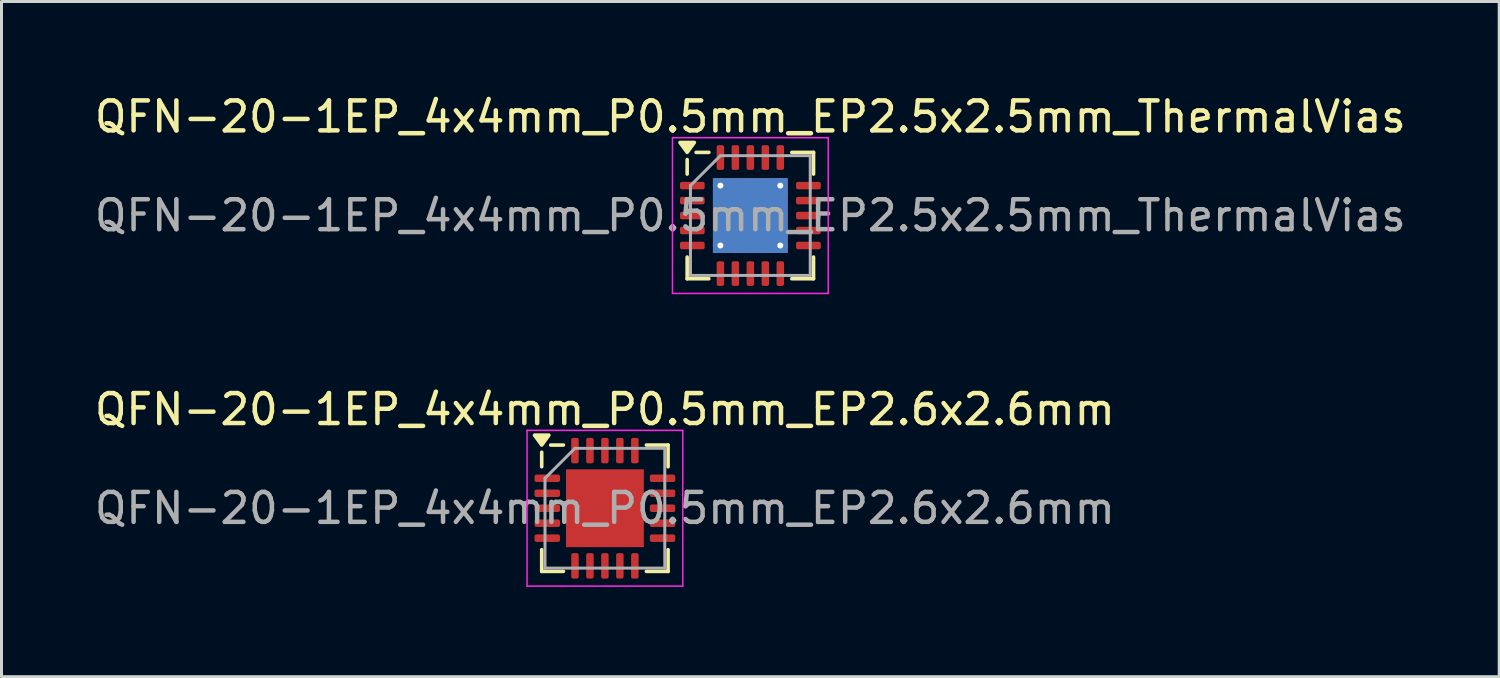
<source format=kicad_pcb>
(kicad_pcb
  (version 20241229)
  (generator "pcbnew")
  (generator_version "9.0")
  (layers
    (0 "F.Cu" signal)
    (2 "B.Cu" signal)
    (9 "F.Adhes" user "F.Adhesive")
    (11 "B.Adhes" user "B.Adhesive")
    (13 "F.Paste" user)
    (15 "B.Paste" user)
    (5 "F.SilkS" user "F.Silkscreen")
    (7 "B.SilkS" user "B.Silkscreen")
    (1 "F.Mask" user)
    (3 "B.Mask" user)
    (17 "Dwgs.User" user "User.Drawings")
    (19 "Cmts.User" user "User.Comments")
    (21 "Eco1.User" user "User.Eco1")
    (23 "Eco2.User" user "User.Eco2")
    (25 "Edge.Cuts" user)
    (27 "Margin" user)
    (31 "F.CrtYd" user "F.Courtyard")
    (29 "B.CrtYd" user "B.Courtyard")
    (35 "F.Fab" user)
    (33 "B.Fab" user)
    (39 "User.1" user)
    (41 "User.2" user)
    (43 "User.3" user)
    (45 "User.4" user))
  (footprint "QFN-20-1EP_4x4mm_P0.5mm_EP2.6x2.6mm"
    (layer "F.Cu")
    (at 17.149 13.921)
    (property "Reference" "QFN-20-1EP_4x4mm_P0.5mm_EP2.6x2.6mm" (at 0 -3.3 0) (layer "F.SilkS") (effects (font (size 1 1) (thickness 0.15))))
    (attr smd)
    (fp_line (start -2.11 -1.385) (end -2.11 -1.87) (stroke (width 0.12) (type solid)) (layer "F.SilkS"))
    (fp_line (start -2.11 2.11) (end -2.11 1.385) (stroke (width 0.12) (type solid)) (layer "F.SilkS"))
    (fp_line (start -1.385 -2.11) (end -1.81 -2.11) (stroke (width 0.12) (type solid)) (layer "F.SilkS"))
    (fp_line (start -1.385 2.11) (end -2.11 2.11) (stroke (width 0.12) (type solid)) (layer "F.SilkS"))
    (fp_line (start 1.385 -2.11) (end 2.11 -2.11) (stroke (width 0.12) (type solid)) (layer "F.SilkS"))
    (fp_line (start 1.385 2.11) (end 2.11 2.11) (stroke (width 0.12) (type solid)) (layer "F.SilkS"))
    (fp_line (start 2.11 -2.11) (end 2.11 -1.385) (stroke (width 0.12) (type solid)) (layer "F.SilkS"))
    (fp_line (start 2.11 2.11) (end 2.11 1.385) (stroke (width 0.12) (type solid)) (layer "F.SilkS"))
    (fp_poly (pts (xy -2.11 -2.11) (xy -2.35 -2.44) (xy -1.87 -2.44) (xy -2.11 -2.11)) (stroke (width 0.12) (type solid)) (fill yes) (layer "F.SilkS"))
    (fp_line (start -2.6 -2.6) (end -2.6 2.6) (stroke (width 0.05) (type solid)) (layer "F.CrtYd"))
    (fp_line (start -2.6 2.6) (end 2.6 2.6) (stroke (width 0.05) (type solid)) (layer "F.CrtYd"))
    (fp_line (start 2.6 -2.6) (end -2.6 -2.6) (stroke (width 0.05) (type solid)) (layer "F.CrtYd"))
    (fp_line (start 2.6 2.6) (end 2.6 -2.6) (stroke (width 0.05) (type solid)) (layer "F.CrtYd"))
    (fp_line (start -2 -1) (end -1 -2) (stroke (width 0.1) (type solid)) (layer "F.Fab"))
    (fp_line (start -2 2) (end -2 -1) (stroke (width 0.1) (type solid)) (layer "F.Fab"))
    (fp_line (start -1 -2) (end 2 -2) (stroke (width 0.1) (type solid)) (layer "F.Fab"))
    (fp_line (start 2 -2) (end 2 2) (stroke (width 0.1) (type solid)) (layer "F.Fab"))
    (fp_line (start 2 2) (end -2 2) (stroke (width 0.1) (type solid)) (layer "F.Fab"))
    (fp_text user "${REFERENCE}" (at 0 0 0) (layer "F.Fab") (effects (font (size 1 1) (thickness 0.15))))
    (pad "" smd roundrect (at -0.65 -0.65) (size 1.05 1.05) (layers "F.Paste") (roundrect_rratio 0.238))
    (pad "" smd roundrect (at -0.65 0.65) (size 1.05 1.05) (layers "F.Paste") (roundrect_rratio 0.238))
    (pad "" smd roundrect (at 0.65 -0.65) (size 1.05 1.05) (layers "F.Paste") (roundrect_rratio 0.238))
    (pad "" smd roundrect (at 0.65 0.65) (size 1.05 1.05) (layers "F.Paste") (roundrect_rratio 0.238))
    (pad "1" smd roundrect (at -1.925 -1) (size 0.85 0.25) (layers "F.Cu" "F.Mask" "F.Paste") (roundrect_rratio 0.25))
    (pad "2" smd roundrect (at -1.925 -0.5) (size 0.85 0.25) (layers "F.Cu" "F.Mask" "F.Paste") (roundrect_rratio 0.25))
    (pad "3" smd roundrect (at -1.925 0) (size 0.85 0.25) (layers "F.Cu" "F.Mask" "F.Paste") (roundrect_rratio 0.25))
    (pad "4" smd roundrect (at -1.925 0.5) (size 0.85 0.25) (layers "F.Cu" "F.Mask" "F.Paste") (roundrect_rratio 0.25))
    (pad "5" smd roundrect (at -1.925 1) (size 0.85 0.25) (layers "F.Cu" "F.Mask" "F.Paste") (roundrect_rratio 0.25))
    (pad "6" smd roundrect (at -1 1.925) (size 0.25 0.85) (layers "F.Cu" "F.Mask" "F.Paste") (roundrect_rratio 0.25))
    (pad "7" smd roundrect (at -0.5 1.925) (size 0.25 0.85) (layers "F.Cu" "F.Mask" "F.Paste") (roundrect_rratio 0.25))
    (pad "8" smd roundrect (at 0 1.925) (size 0.25 0.85) (layers "F.Cu" "F.Mask" "F.Paste") (roundrect_rratio 0.25))
    (pad "9" smd roundrect (at 0.5 1.925) (size 0.25 0.85) (layers "F.Cu" "F.Mask" "F.Paste") (roundrect_rratio 0.25))
    (pad "10" smd roundrect (at 1 1.925) (size 0.25 0.85) (layers "F.Cu" "F.Mask" "F.Paste") (roundrect_rratio 0.25))
    (pad "11" smd roundrect (at 1.925 1) (size 0.85 0.25) (layers "F.Cu" "F.Mask" "F.Paste") (roundrect_rratio 0.25))
    (pad "12" smd roundrect (at 1.925 0.5) (size 0.85 0.25) (layers "F.Cu" "F.Mask" "F.Paste") (roundrect_rratio 0.25))
    (pad "13" smd roundrect (at 1.925 0) (size 0.85 0.25) (layers "F.Cu" "F.Mask" "F.Paste") (roundrect_rratio 0.25))
    (pad "14" smd roundrect (at 1.925 -0.5) (size 0.85 0.25) (layers "F.Cu" "F.Mask" "F.Paste") (roundrect_rratio 0.25))
    (pad "15" smd roundrect (at 1.925 -1) (size 0.85 0.25) (layers "F.Cu" "F.Mask" "F.Paste") (roundrect_rratio 0.25))
    (pad "16" smd roundrect (at 1 -1.925) (size 0.25 0.85) (layers "F.Cu" "F.Mask" "F.Paste") (roundrect_rratio 0.25))
    (pad "17" smd roundrect (at 0.5 -1.925) (size 0.25 0.85) (layers "F.Cu" "F.Mask" "F.Paste") (roundrect_rratio 0.25))
    (pad "18" smd roundrect (at 0 -1.925) (size 0.25 0.85) (layers "F.Cu" "F.Mask" "F.Paste") (roundrect_rratio 0.25))
    (pad "19" smd roundrect (at -0.5 -1.925) (size 0.25 0.85) (layers "F.Cu" "F.Mask" "F.Paste") (roundrect_rratio 0.25))
    (pad "20" smd roundrect (at -1 -1.925) (size 0.25 0.85) (layers "F.Cu" "F.Mask" "F.Paste") (roundrect_rratio 0.25))
    (pad "21" smd rect (at 0 0) (size 2.6 2.6) (property pad_prop_heatsink) (layers "F.Cu" "F.Mask")))
  (footprint "QFN-20-1EP_4x4mm_P0.5mm_EP2.5x2.5mm_ThermalVias"
    (layer "F.Cu")
    (at 22.006 4.148)
    (property "Reference" "QFN-20-1EP_4x4mm_P0.5mm_EP2.5x2.5mm_ThermalVias" (at 0 -3.3 0) (layer "F.SilkS") (effects (font (size 1 1) (thickness 0.15))))
    (attr smd)
    (fp_line (start -2.11 -1.385) (end -2.11 -1.87) (stroke (width 0.12) (type solid)) (layer "F.SilkS"))
    (fp_line (start -2.11 2.11) (end -2.11 1.385) (stroke (width 0.12) (type solid)) (layer "F.SilkS"))
    (fp_line (start -1.385 -2.11) (end -1.81 -2.11) (stroke (width 0.12) (type solid)) (layer "F.SilkS"))
    (fp_line (start -1.385 2.11) (end -2.11 2.11) (stroke (width 0.12) (type solid)) (layer "F.SilkS"))
    (fp_line (start 1.385 -2.11) (end 2.11 -2.11) (stroke (width 0.12) (type solid)) (layer "F.SilkS"))
    (fp_line (start 1.385 2.11) (end 2.11 2.11) (stroke (width 0.12) (type solid)) (layer "F.SilkS"))
    (fp_line (start 2.11 -2.11) (end 2.11 -1.385) (stroke (width 0.12) (type solid)) (layer "F.SilkS"))
    (fp_line (start 2.11 2.11) (end 2.11 1.385) (stroke (width 0.12) (type solid)) (layer "F.SilkS"))
    (fp_poly (pts (xy -2.11 -2.11) (xy -2.35 -2.44) (xy -1.87 -2.44) (xy -2.11 -2.11)) (stroke (width 0.12) (type solid)) (fill yes) (layer "F.SilkS"))
    (fp_line (start -2.6 -2.6) (end -2.6 2.6) (stroke (width 0.05) (type solid)) (layer "F.CrtYd"))
    (fp_line (start -2.6 2.6) (end 2.6 2.6) (stroke (width 0.05) (type solid)) (layer "F.CrtYd"))
    (fp_line (start 2.6 -2.6) (end -2.6 -2.6) (stroke (width 0.05) (type solid)) (layer "F.CrtYd"))
    (fp_line (start 2.6 2.6) (end 2.6 -2.6) (stroke (width 0.05) (type solid)) (layer "F.CrtYd"))
    (fp_line (start -2 -1) (end -1 -2) (stroke (width 0.1) (type solid)) (layer "F.Fab"))
    (fp_line (start -2 2) (end -2 -1) (stroke (width 0.1) (type solid)) (layer "F.Fab"))
    (fp_line (start -1 -2) (end 2 -2) (stroke (width 0.1) (type solid)) (layer "F.Fab"))
    (fp_line (start 2 -2) (end 2 2) (stroke (width 0.1) (type solid)) (layer "F.Fab"))
    (fp_line (start 2 2) (end -2 2) (stroke (width 0.1) (type solid)) (layer "F.Fab"))
    (fp_text user "${REFERENCE}" (at 0 0 0) (layer "F.Fab") (effects (font (size 1 1) (thickness 0.15))))
    (pad "" smd roundrect (at -0.625 -0.625) (size 1.08 1.08) (layers "F.Paste") (roundrect_rratio 0.231))
    (pad "" smd roundrect (at -0.625 0.625) (size 1.08 1.08) (layers "F.Paste") (roundrect_rratio 0.231))
    (pad "" smd roundrect (at 0.625 -0.625) (size 1.08 1.08) (layers "F.Paste") (roundrect_rratio 0.231))
    (pad "" smd roundrect (at 0.625 0.625) (size 1.08 1.08) (layers "F.Paste") (roundrect_rratio 0.231))
    (pad "1" smd roundrect (at -1.938 -1) (size 0.825 0.25) (layers "F.Cu" "F.Mask" "F.Paste") (roundrect_rratio 0.25))
    (pad "2" smd roundrect (at -1.938 -0.5) (size 0.825 0.25) (layers "F.Cu" "F.Mask" "F.Paste") (roundrect_rratio 0.25))
    (pad "3" smd roundrect (at -1.938 0) (size 0.825 0.25) (layers "F.Cu" "F.Mask" "F.Paste") (roundrect_rratio 0.25))
    (pad "4" smd roundrect (at -1.938 0.5) (size 0.825 0.25) (layers "F.Cu" "F.Mask" "F.Paste") (roundrect_rratio 0.25))
    (pad "5" smd roundrect (at -1.938 1) (size 0.825 0.25) (layers "F.Cu" "F.Mask" "F.Paste") (roundrect_rratio 0.25))
    (pad "6" smd roundrect (at -1 1.938) (size 0.25 0.825) (layers "F.Cu" "F.Mask" "F.Paste") (roundrect_rratio 0.25))
    (pad "7" smd roundrect (at -0.5 1.938) (size 0.25 0.825) (layers "F.Cu" "F.Mask" "F.Paste") (roundrect_rratio 0.25))
    (pad "8" smd roundrect (at 0 1.938) (size 0.25 0.825) (layers "F.Cu" "F.Mask" "F.Paste") (roundrect_rratio 0.25))
    (pad "9" smd roundrect (at 0.5 1.938) (size 0.25 0.825) (layers "F.Cu" "F.Mask" "F.Paste") (roundrect_rratio 0.25))
    (pad "10" smd roundrect (at 1 1.938) (size 0.25 0.825) (layers "F.Cu" "F.Mask" "F.Paste") (roundrect_rratio 0.25))
    (pad "11" smd roundrect (at 1.938 1) (size 0.825 0.25) (layers "F.Cu" "F.Mask" "F.Paste") (roundrect_rratio 0.25))
    (pad "12" smd roundrect (at 1.938 0.5) (size 0.825 0.25) (layers "F.Cu" "F.Mask" "F.Paste") (roundrect_rratio 0.25))
    (pad "13" smd roundrect (at 1.938 0) (size 0.825 0.25) (layers "F.Cu" "F.Mask" "F.Paste") (roundrect_rratio 0.25))
    (pad "14" smd roundrect (at 1.938 -0.5) (size 0.825 0.25) (layers "F.Cu" "F.Mask" "F.Paste") (roundrect_rratio 0.25))
    (pad "15" smd roundrect (at 1.938 -1) (size 0.825 0.25) (layers "F.Cu" "F.Mask" "F.Paste") (roundrect_rratio 0.25))
    (pad "16" smd roundrect (at 1 -1.938) (size 0.25 0.825) (layers "F.Cu" "F.Mask" "F.Paste") (roundrect_rratio 0.25))
    (pad "17" smd roundrect (at 0.5 -1.938) (size 0.25 0.825) (layers "F.Cu" "F.Mask" "F.Paste") (roundrect_rratio 0.25))
    (pad "18" smd roundrect (at 0 -1.938) (size 0.25 0.825) (layers "F.Cu" "F.Mask" "F.Paste") (roundrect_rratio 0.25))
    (pad "19" smd roundrect (at -0.5 -1.938) (size 0.25 0.825) (layers "F.Cu" "F.Mask" "F.Paste") (roundrect_rratio 0.25))
    (pad "20" smd roundrect (at -1 -1.938) (size 0.25 0.825) (layers "F.Cu" "F.Mask" "F.Paste") (roundrect_rratio 0.25))
    (pad "21" thru_hole circle (at -1 -1) (size 0.5 0.5) (drill 0.2) (property pad_prop_heatsink) (layers "*.Cu"))
    (pad "21" thru_hole circle (at -1 1) (size 0.5 0.5) (drill 0.2) (property pad_prop_heatsink) (layers "*.Cu"))
    (pad "21" smd rect (at 0 0) (size 2.5 2.5) (property pad_prop_heatsink) (layers "F.Cu" "F.Mask"))
    (pad "21" smd rect (at 0 0) (size 2.5 2.5) (property pad_prop_heatsink) (layers "B.Cu"))
    (pad "21" thru_hole circle (at 1 -1) (size 0.5 0.5) (drill 0.2) (property pad_prop_heatsink) (layers "*.Cu"))
    (pad "21" thru_hole circle (at 1 1) (size 0.5 0.5) (drill 0.2) (property pad_prop_heatsink) (layers "*.Cu")))
  (gr_rect
    (start -3 -3)
    (end 47.012 19.547)
    (stroke (width 0.1) (type default))
    (fill no)
    (layer "Edge.Cuts")))
</source>
